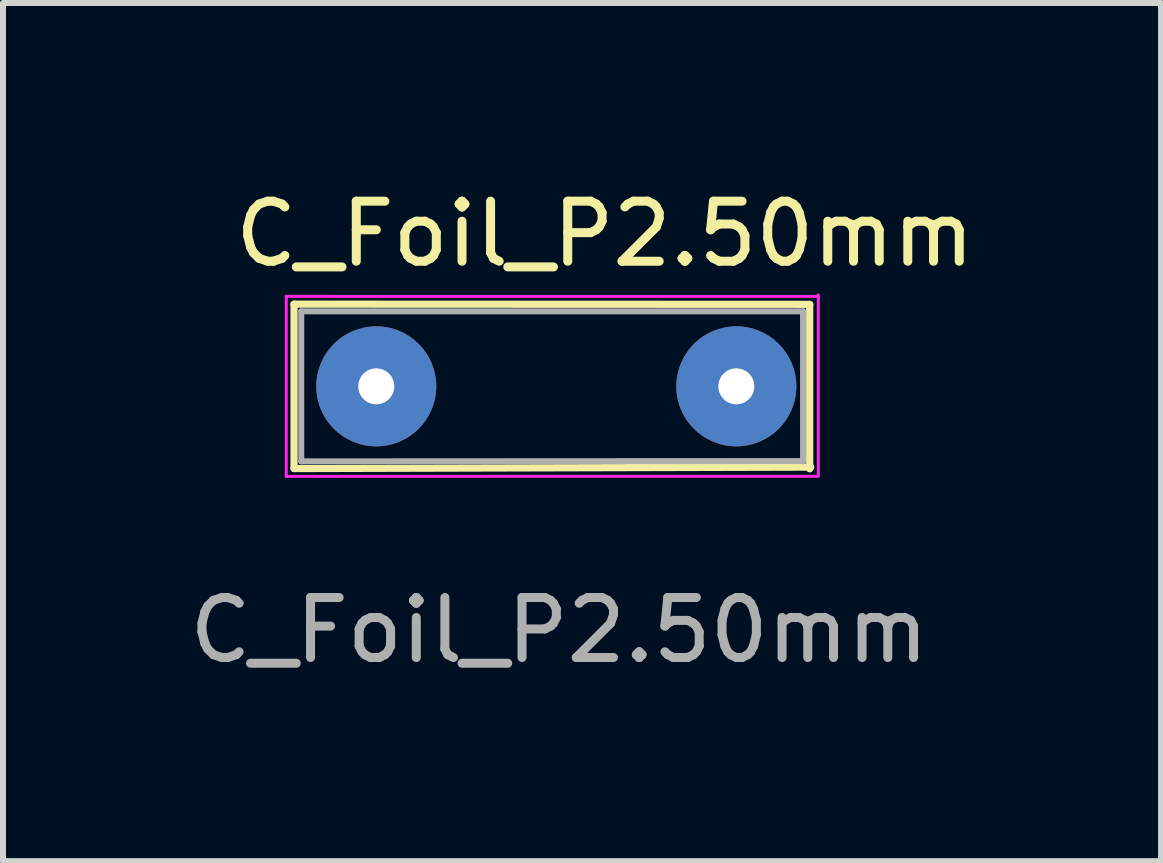
<source format=kicad_pcb>
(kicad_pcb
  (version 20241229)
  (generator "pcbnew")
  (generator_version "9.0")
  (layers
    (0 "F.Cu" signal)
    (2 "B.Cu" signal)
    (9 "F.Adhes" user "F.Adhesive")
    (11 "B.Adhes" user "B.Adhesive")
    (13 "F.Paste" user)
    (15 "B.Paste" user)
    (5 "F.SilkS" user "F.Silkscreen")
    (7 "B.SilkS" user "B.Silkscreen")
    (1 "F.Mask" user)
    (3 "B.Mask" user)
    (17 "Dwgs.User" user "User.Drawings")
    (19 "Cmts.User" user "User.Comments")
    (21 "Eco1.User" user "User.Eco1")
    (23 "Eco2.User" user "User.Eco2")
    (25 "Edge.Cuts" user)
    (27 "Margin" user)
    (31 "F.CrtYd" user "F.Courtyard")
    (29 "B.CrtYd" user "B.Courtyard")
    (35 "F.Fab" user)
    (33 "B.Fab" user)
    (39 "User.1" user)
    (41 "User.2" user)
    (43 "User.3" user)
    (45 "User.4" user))
  (footprint "C_Foil_P2.50mm"
    (layer "F.Cu")
    (at 3.22 3.388)
    (property "Reference" "C_Foil_P2.50mm" (at 3.81 -2.54 0) (layer "F.SilkS") (effects (font (size 1 1) (thickness 0.15))))
    (attr through_hole)
    (fp_line (start -1.37 -1.37) (end -1.37 1.37) (stroke (width 0.12) (type solid)) (layer "F.SilkS"))
    (fp_line (start -1.37 -1.37) (end 7.223 -1.366) (stroke (width 0.12) (type solid)) (layer "F.SilkS"))
    (fp_line (start -1.37 1.37) (end 7.239 1.346) (stroke (width 0.12) (type solid)) (layer "F.SilkS"))
    (fp_line (start 7.223 -1.366) (end 7.223 1.374) (stroke (width 0.12) (type solid)) (layer "F.SilkS"))
    (fp_line (start -1.5 -1.5) (end -1.5 1.5) (stroke (width 0.05) (type solid)) (layer "F.CrtYd"))
    (fp_line (start -1.5 1.5) (end 7.366 1.499) (stroke (width 0.05) (type solid)) (layer "F.CrtYd"))
    (fp_line (start 7.366 -1.499) (end -1.5 -1.5) (stroke (width 0.05) (type solid)) (layer "F.CrtYd"))
    (fp_line (start 7.366 1.476) (end 7.366 -1.524) (stroke (width 0.05) (type solid)) (layer "F.CrtYd"))
    (fp_line (start -1.25 -1.25) (end -1.25 1.25) (stroke (width 0.1) (type solid)) (layer "F.Fab"))
    (fp_line (start -1.25 1.25) (end 7.112 1.245) (stroke (width 0.1) (type solid)) (layer "F.Fab"))
    (fp_line (start 7.112 -1.25) (end -1.25 -1.25) (stroke (width 0.1) (type solid)) (layer "F.Fab"))
    (fp_line (start 7.112 1.25) (end 7.112 -1.25) (stroke (width 0.1) (type solid)) (layer "F.Fab"))
    (fp_text user "${REFERENCE}" (at 3.048 4.064 0) (layer "F.Fab") (effects (font (size 1 1) (thickness 0.15))))
    (pad "1" thru_hole circle (at 0 0) (size 2 2) (drill 0.6) (layers "*.Cu" "*.Mask"))
    (pad "2" thru_hole circle (at 6 0) (size 2 2) (drill 0.6) (layers "*.Cu" "*.Mask")))
  (gr_rect
    (start -3 -3)
    (end 16.298 11.3)
    (stroke (width 0.1) (type default))
    (fill no)
    (layer "Edge.Cuts")))
</source>
